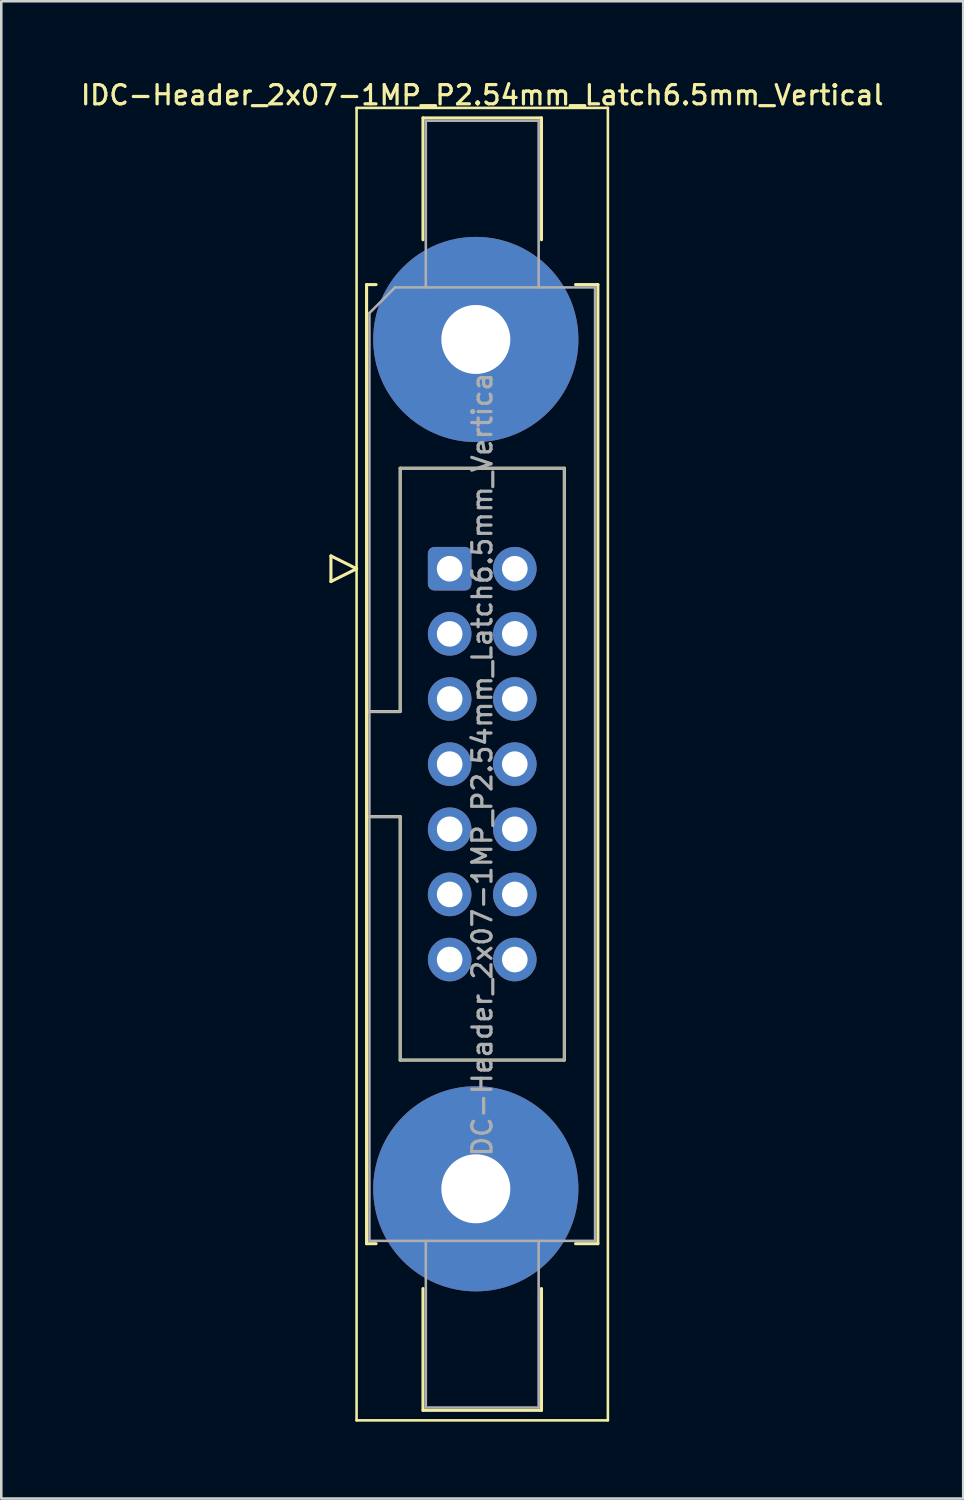
<source format=kicad_pcb>
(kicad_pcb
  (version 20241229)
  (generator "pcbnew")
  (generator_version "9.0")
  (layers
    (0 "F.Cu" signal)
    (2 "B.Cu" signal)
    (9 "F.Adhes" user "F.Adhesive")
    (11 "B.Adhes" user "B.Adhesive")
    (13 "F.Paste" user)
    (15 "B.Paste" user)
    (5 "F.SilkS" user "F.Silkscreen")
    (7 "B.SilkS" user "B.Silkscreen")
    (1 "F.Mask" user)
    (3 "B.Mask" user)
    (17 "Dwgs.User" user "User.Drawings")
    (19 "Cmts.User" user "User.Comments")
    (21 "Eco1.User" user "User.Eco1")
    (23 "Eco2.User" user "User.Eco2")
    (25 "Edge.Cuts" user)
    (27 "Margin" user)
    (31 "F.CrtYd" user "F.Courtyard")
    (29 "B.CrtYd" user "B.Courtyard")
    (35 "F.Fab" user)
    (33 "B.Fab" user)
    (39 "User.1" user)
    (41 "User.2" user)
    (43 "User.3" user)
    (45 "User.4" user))
  (footprint "IDC-Header_2x07-1MP_P2.54mm_Latch6.5mm_Vertical"
    (layer "F.Cu")
    (at 14.485 19.128)
    (property "Reference" "IDC-Header_2x07-1MP_P2.54mm_Latch6.5mm_Vertical" (at 1.27 -18.47 0) (layer "F.SilkS") (effects (font (size 0.75 0.75) (thickness 0.125))))
    (attr through_hole)
    (fp_line (start -4.63 -0.5) (end -4.63 0.5) (stroke (width 0.12) (type solid)) (layer "F.SilkS"))
    (fp_line (start -4.63 0.5) (end -3.63 0) (stroke (width 0.12) (type solid)) (layer "F.SilkS"))
    (fp_line (start -3.63 -17.97) (end -3.63 33.21) (stroke (width 0.1) (type solid)) (layer "F.SilkS"))
    (fp_line (start -3.63 0) (end -4.63 -0.5) (stroke (width 0.12) (type solid)) (layer "F.SilkS"))
    (fp_line (start -3.63 33.21) (end 6.17 33.21) (stroke (width 0.1) (type solid)) (layer "F.SilkS"))
    (fp_line (start -3.24 -11.08) (end -3.24 26.32) (stroke (width 0.12) (type solid)) (layer "F.SilkS"))
    (fp_line (start -3.24 5.57) (end -1.93 5.57) (stroke (width 0.12) (type solid)) (layer "F.SilkS"))
    (fp_line (start -3.24 26.32) (end -2.87 26.32) (stroke (width 0.12) (type solid)) (layer "F.SilkS"))
    (fp_line (start -2.87 -11.08) (end -3.24 -11.08) (stroke (width 0.12) (type solid)) (layer "F.SilkS"))
    (fp_line (start -1.93 -3.92) (end 4.47 -3.92) (stroke (width 0.12) (type solid)) (layer "F.SilkS"))
    (fp_line (start -1.93 5.57) (end -1.93 -3.92) (stroke (width 0.12) (type solid)) (layer "F.SilkS"))
    (fp_line (start -1.93 9.67) (end -3.24 9.67) (stroke (width 0.12) (type solid)) (layer "F.SilkS"))
    (fp_line (start -1.93 9.67) (end -1.93 9.67) (stroke (width 0.12) (type solid)) (layer "F.SilkS"))
    (fp_line (start -1.93 19.16) (end -1.93 9.67) (stroke (width 0.12) (type solid)) (layer "F.SilkS"))
    (fp_line (start -1.04 -17.58) (end 3.58 -17.58) (stroke (width 0.12) (type solid)) (layer "F.SilkS"))
    (fp_line (start -1.04 -12.83) (end -1.04 -17.58) (stroke (width 0.12) (type solid)) (layer "F.SilkS"))
    (fp_line (start -1.04 28.07) (end -1.04 32.82) (stroke (width 0.12) (type solid)) (layer "F.SilkS"))
    (fp_line (start -1.04 32.82) (end 3.58 32.82) (stroke (width 0.12) (type solid)) (layer "F.SilkS"))
    (fp_line (start 3.58 -17.58) (end 3.58 -12.83) (stroke (width 0.12) (type solid)) (layer "F.SilkS"))
    (fp_line (start 3.58 32.82) (end 3.58 28.07) (stroke (width 0.12) (type solid)) (layer "F.SilkS"))
    (fp_line (start 4.47 -3.92) (end 4.47 19.16) (stroke (width 0.12) (type solid)) (layer "F.SilkS"))
    (fp_line (start 4.47 19.16) (end -1.93 19.16) (stroke (width 0.12) (type solid)) (layer "F.SilkS"))
    (fp_line (start 4.91 -11.08) (end 5.78 -11.08) (stroke (width 0.12) (type solid)) (layer "F.SilkS"))
    (fp_line (start 5.78 -11.08) (end 5.78 26.32) (stroke (width 0.12) (type solid)) (layer "F.SilkS"))
    (fp_line (start 5.78 26.32) (end 4.91 26.32) (stroke (width 0.12) (type solid)) (layer "F.SilkS"))
    (fp_line (start 6.17 -17.97) (end -3.63 -17.97) (stroke (width 0.1) (type solid)) (layer "F.SilkS"))
    (fp_line (start 6.17 33.21) (end 6.17 -17.97) (stroke (width 0.1) (type solid)) (layer "F.SilkS"))
    (fp_line (start -3.13 -9.97) (end -2.13 -10.97) (stroke (width 0.1) (type solid)) (layer "F.Fab"))
    (fp_line (start -3.13 5.57) (end -1.93 5.57) (stroke (width 0.1) (type solid)) (layer "F.Fab"))
    (fp_line (start -3.13 26.21) (end -3.13 -9.97) (stroke (width 0.1) (type solid)) (layer "F.Fab"))
    (fp_line (start -2.13 -10.97) (end 5.67 -10.97) (stroke (width 0.1) (type solid)) (layer "F.Fab"))
    (fp_line (start -1.93 -3.92) (end 4.47 -3.92) (stroke (width 0.1) (type solid)) (layer "F.Fab"))
    (fp_line (start -1.93 5.57) (end -1.93 -3.92) (stroke (width 0.1) (type solid)) (layer "F.Fab"))
    (fp_line (start -1.93 9.67) (end -3.13 9.67) (stroke (width 0.1) (type solid)) (layer "F.Fab"))
    (fp_line (start -1.93 9.67) (end -1.93 9.67) (stroke (width 0.1) (type solid)) (layer "F.Fab"))
    (fp_line (start -1.93 19.16) (end -1.93 9.67) (stroke (width 0.1) (type solid)) (layer "F.Fab"))
    (fp_line (start -0.93 -17.47) (end 3.47 -17.47) (stroke (width 0.1) (type solid)) (layer "F.Fab"))
    (fp_line (start -0.93 -10.97) (end -0.93 -17.47) (stroke (width 0.1) (type solid)) (layer "F.Fab"))
    (fp_line (start -0.93 26.21) (end -0.93 32.71) (stroke (width 0.1) (type solid)) (layer "F.Fab"))
    (fp_line (start -0.93 32.71) (end 3.47 32.71) (stroke (width 0.1) (type solid)) (layer "F.Fab"))
    (fp_line (start 3.47 -17.47) (end 3.47 -10.97) (stroke (width 0.1) (type solid)) (layer "F.Fab"))
    (fp_line (start 3.47 32.71) (end 3.47 26.21) (stroke (width 0.1) (type solid)) (layer "F.Fab"))
    (fp_line (start 4.47 -3.92) (end 4.47 19.16) (stroke (width 0.1) (type solid)) (layer "F.Fab"))
    (fp_line (start 4.47 19.16) (end -1.93 19.16) (stroke (width 0.1) (type solid)) (layer "F.Fab"))
    (fp_line (start 5.67 -10.97) (end 5.67 26.21) (stroke (width 0.1) (type solid)) (layer "F.Fab"))
    (fp_line (start 5.67 26.21) (end -3.13 26.21) (stroke (width 0.1) (type solid)) (layer "F.Fab"))
    (fp_text user "${REFERENCE}" (at 1.27 7.62 90) (layer "F.Fab") (effects (font (size 0.75 0.75) (thickness 0.125))))
    (pad "1" thru_hole roundrect (at 0 0) (size 1.7 1.7) (drill 1) (layers "*.Cu" "*.Mask") (roundrect_rratio 0.147))
    (pad "2" thru_hole circle (at 2.54 0) (size 1.7 1.7) (drill 1) (layers "*.Cu" "*.Mask"))
    (pad "3" thru_hole circle (at 0 2.54) (size 1.7 1.7) (drill 1) (layers "*.Cu" "*.Mask"))
    (pad "4" thru_hole circle (at 2.54 2.54) (size 1.7 1.7) (drill 1) (layers "*.Cu" "*.Mask"))
    (pad "5" thru_hole circle (at 0 5.08) (size 1.7 1.7) (drill 1) (layers "*.Cu" "*.Mask"))
    (pad "6" thru_hole circle (at 2.54 5.08) (size 1.7 1.7) (drill 1) (layers "*.Cu" "*.Mask"))
    (pad "7" thru_hole circle (at 0 7.62) (size 1.7 1.7) (drill 1) (layers "*.Cu" "*.Mask"))
    (pad "8" thru_hole circle (at 2.54 7.62) (size 1.7 1.7) (drill 1) (layers "*.Cu" "*.Mask"))
    (pad "9" thru_hole circle (at 0 10.16) (size 1.7 1.7) (drill 1) (layers "*.Cu" "*.Mask"))
    (pad "10" thru_hole circle (at 2.54 10.16) (size 1.7 1.7) (drill 1) (layers "*.Cu" "*.Mask"))
    (pad "11" thru_hole circle (at 0 12.7) (size 1.7 1.7) (drill 1) (layers "*.Cu" "*.Mask"))
    (pad "12" thru_hole circle (at 2.54 12.7) (size 1.7 1.7) (drill 1) (layers "*.Cu" "*.Mask"))
    (pad "13" thru_hole circle (at 0 15.24) (size 1.7 1.7) (drill 1) (layers "*.Cu" "*.Mask"))
    (pad "14" thru_hole circle (at 2.54 15.24) (size 1.7 1.7) (drill 1) (layers "*.Cu" "*.Mask"))
    (pad "MP" thru_hole circle (at 1.02 -8.94) (size 8 8) (drill 2.69) (layers "*.Cu" "*.Mask"))
    (pad "MP" thru_hole circle (at 1.02 24.18) (size 8 8) (drill 2.69) (layers "*.Cu" "*.Mask")))
  (gr_rect
    (start -3 -3)
    (end 34.511 55.388)
    (stroke (width 0.1) (type default))
    (fill no)
    (layer "Edge.Cuts")))
</source>
